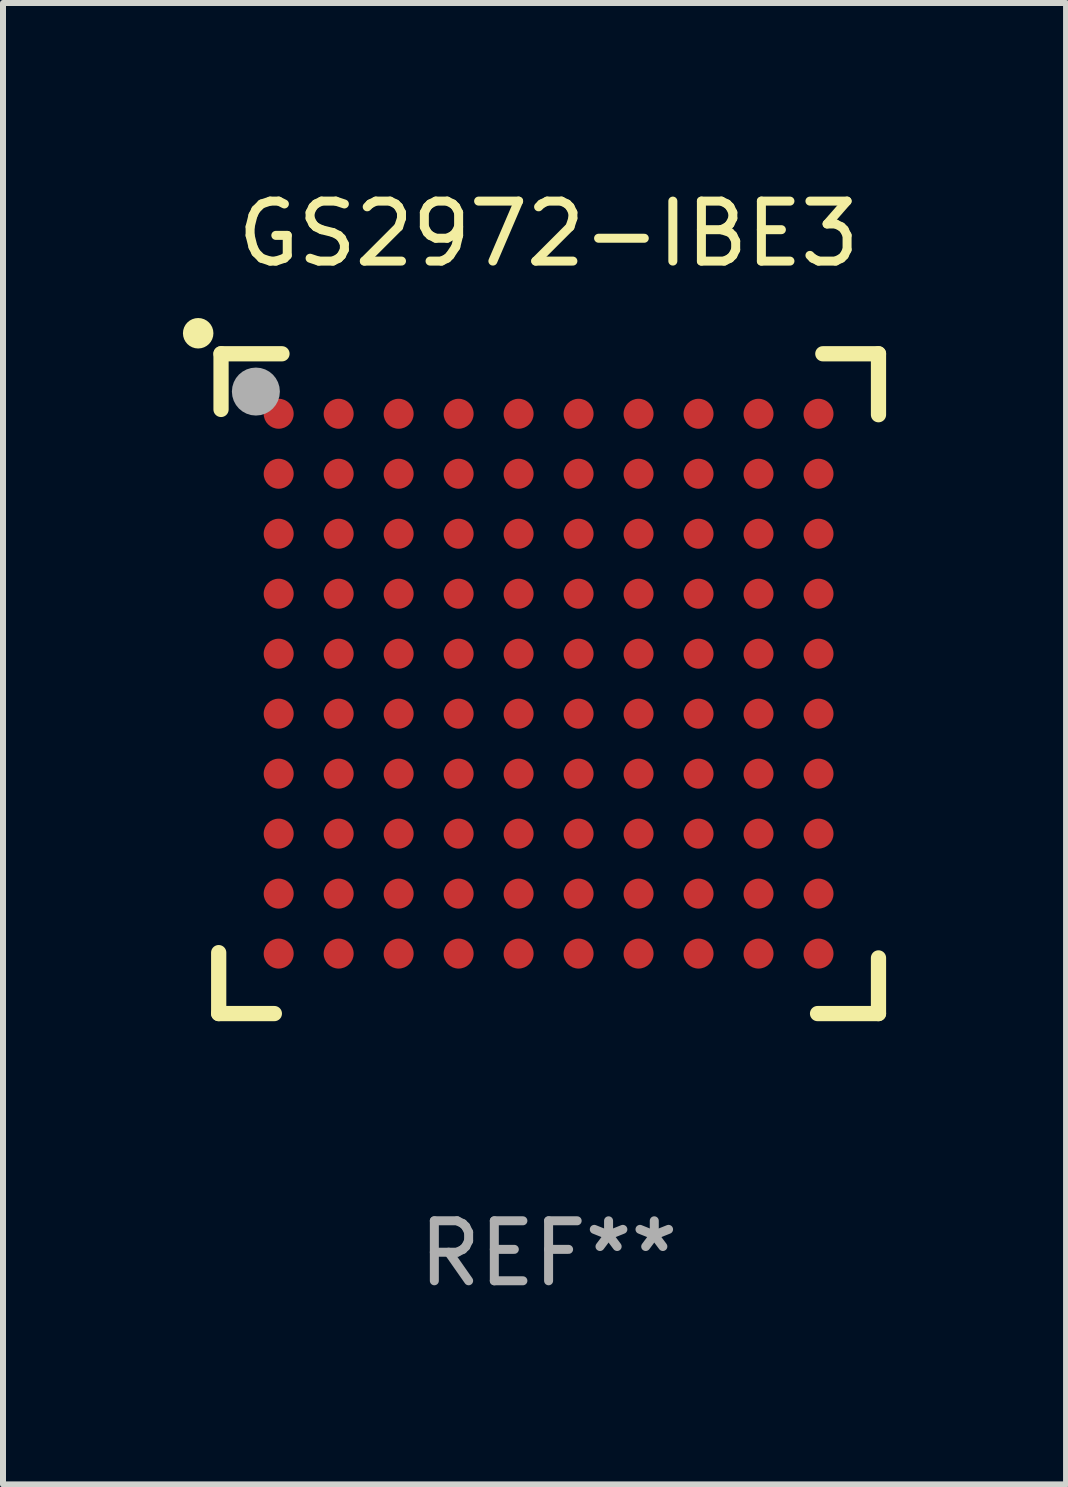
<source format=kicad_pcb>
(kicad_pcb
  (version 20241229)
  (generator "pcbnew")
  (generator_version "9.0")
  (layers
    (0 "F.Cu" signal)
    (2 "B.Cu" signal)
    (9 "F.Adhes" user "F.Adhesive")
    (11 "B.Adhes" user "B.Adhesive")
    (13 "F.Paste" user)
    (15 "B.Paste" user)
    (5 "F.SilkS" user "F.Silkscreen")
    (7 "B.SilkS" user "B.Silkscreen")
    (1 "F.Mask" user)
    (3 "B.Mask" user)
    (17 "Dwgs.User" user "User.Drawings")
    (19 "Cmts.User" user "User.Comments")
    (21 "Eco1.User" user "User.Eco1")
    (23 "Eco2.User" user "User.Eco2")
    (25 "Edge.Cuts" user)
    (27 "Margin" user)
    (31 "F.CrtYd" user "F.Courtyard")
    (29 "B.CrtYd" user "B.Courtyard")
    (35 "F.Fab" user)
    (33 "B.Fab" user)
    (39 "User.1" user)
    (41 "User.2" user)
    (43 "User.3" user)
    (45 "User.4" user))
  (footprint "GS2972-IBE3"
    (layer "F.Cu")
    (at 6.096 8.348)
    (property "Reference" "GS2972-IBE3" (at 0 -7.5 0) (layer "F.SilkS") (effects (font (size 1 1) (thickness 0.15))))
    (attr through_hole)
    (fp_line (start -5.5 5.5) (end -5.5 4.484) (stroke (width 0.254) (type solid)) (layer "F.SilkS"))
    (fp_line (start -5.461 -5.5) (end -4.445 -5.5) (stroke (width 0.254) (type solid)) (layer "F.SilkS"))
    (fp_line (start -5.461 -4.572) (end -5.461 -5.5) (stroke (width 0.254) (type solid)) (layer "F.SilkS"))
    (fp_line (start -4.572 5.5) (end -5.5 5.5) (stroke (width 0.254) (type solid)) (layer "F.SilkS"))
    (fp_line (start 4.572 -5.5) (end 5.5 -5.5) (stroke (width 0.254) (type solid)) (layer "F.SilkS"))
    (fp_line (start 5.5 -5.5) (end 5.5 -4.484) (stroke (width 0.254) (type solid)) (layer "F.SilkS"))
    (fp_line (start 5.5 4.572) (end 5.5 5.5) (stroke (width 0.254) (type solid)) (layer "F.SilkS"))
    (fp_line (start 5.5 5.5) (end 4.484 5.5) (stroke (width 0.254) (type solid)) (layer "F.SilkS"))
    (fp_circle (center -5.842 -5.842) (end -5.715 -5.842) (stroke (width 0.254) (type solid)) (fill no) (layer "F.SilkS"))
    (fp_circle (center -5.5 -5.5) (end -5.47 -5.5) (stroke (width 0.06) (type solid)) (fill no) (layer "F.SilkS"))
    (fp_circle (center -4.88 -4.87) (end -4.68 -4.87) (stroke (width 0.4) (type solid)) (fill no) (layer "F.Fab"))
    (fp_text user "REF**" (at 0 9.5 0) (layer "F.Fab") (effects (font (size 1 1) (thickness 0.15))))
    (pad "A1" smd circle (at -4.5 -4.5) (size 0.5 0.5) (layers "F.Cu" "F.Mask" "F.Paste"))
    (pad "A2" smd circle (at -3.5 -4.5) (size 0.5 0.5) (layers "F.Cu" "F.Mask" "F.Paste"))
    (pad "A3" smd circle (at -2.5 -4.5) (size 0.5 0.5) (layers "F.Cu" "F.Mask" "F.Paste"))
    (pad "A4" smd circle (at -1.5 -4.5) (size 0.5 0.5) (layers "F.Cu" "F.Mask" "F.Paste"))
    (pad "A5" smd circle (at -0.5 -4.5) (size 0.5 0.5) (layers "F.Cu" "F.Mask" "F.Paste"))
    (pad "A6" smd circle (at 0.5 -4.5) (size 0.5 0.5) (layers "F.Cu" "F.Mask" "F.Paste"))
    (pad "A7" smd circle (at 1.5 -4.5) (size 0.5 0.5) (layers "F.Cu" "F.Mask" "F.Paste"))
    (pad "A8" smd circle (at 2.5 -4.5) (size 0.5 0.5) (layers "F.Cu" "F.Mask" "F.Paste"))
    (pad "A9" smd circle (at 3.5 -4.5) (size 0.5 0.5) (layers "F.Cu" "F.Mask" "F.Paste"))
    (pad "A10" smd circle (at 4.5 -4.5) (size 0.5 0.5) (layers "F.Cu" "F.Mask" "F.Paste"))
    (pad "B1" smd circle (at -4.5 -3.5) (size 0.5 0.5) (layers "F.Cu" "F.Mask" "F.Paste"))
    (pad "B2" smd circle (at -3.5 -3.5) (size 0.5 0.5) (layers "F.Cu" "F.Mask" "F.Paste"))
    (pad "B3" smd circle (at -2.5 -3.5) (size 0.5 0.5) (layers "F.Cu" "F.Mask" "F.Paste"))
    (pad "B4" smd circle (at -1.5 -3.5) (size 0.5 0.5) (layers "F.Cu" "F.Mask" "F.Paste"))
    (pad "B5" smd circle (at -0.5 -3.5) (size 0.5 0.5) (layers "F.Cu" "F.Mask" "F.Paste"))
    (pad "B6" smd circle (at 0.5 -3.5) (size 0.5 0.5) (layers "F.Cu" "F.Mask" "F.Paste"))
    (pad "B7" smd circle (at 1.5 -3.5) (size 0.5 0.5) (layers "F.Cu" "F.Mask" "F.Paste"))
    (pad "B8" smd circle (at 2.5 -3.5) (size 0.5 0.5) (layers "F.Cu" "F.Mask" "F.Paste"))
    (pad "B9" smd circle (at 3.5 -3.5) (size 0.5 0.5) (layers "F.Cu" "F.Mask" "F.Paste"))
    (pad "B10" smd circle (at 4.5 -3.5) (size 0.5 0.5) (layers "F.Cu" "F.Mask" "F.Paste"))
    (pad "C1" smd circle (at -4.5 -2.5) (size 0.5 0.5) (layers "F.Cu" "F.Mask" "F.Paste"))
    (pad "C2" smd circle (at -3.5 -2.5) (size 0.5 0.5) (layers "F.Cu" "F.Mask" "F.Paste"))
    (pad "C3" smd circle (at -2.5 -2.5) (size 0.5 0.5) (layers "F.Cu" "F.Mask" "F.Paste"))
    (pad "C4" smd circle (at -1.5 -2.5) (size 0.5 0.5) (layers "F.Cu" "F.Mask" "F.Paste"))
    (pad "C5" smd circle (at -0.5 -2.5) (size 0.5 0.5) (layers "F.Cu" "F.Mask" "F.Paste"))
    (pad "C6" smd circle (at 0.5 -2.5) (size 0.5 0.5) (layers "F.Cu" "F.Mask" "F.Paste"))
    (pad "C7" smd circle (at 1.5 -2.5) (size 0.5 0.5) (layers "F.Cu" "F.Mask" "F.Paste"))
    (pad "C8" smd circle (at 2.5 -2.5) (size 0.5 0.5) (layers "F.Cu" "F.Mask" "F.Paste"))
    (pad "C9" smd circle (at 3.5 -2.5) (size 0.5 0.5) (layers "F.Cu" "F.Mask" "F.Paste"))
    (pad "C10" smd circle (at 4.5 -2.5) (size 0.5 0.5) (layers "F.Cu" "F.Mask" "F.Paste"))
    (pad "D1" smd circle (at -4.5 -1.5) (size 0.5 0.5) (layers "F.Cu" "F.Mask" "F.Paste"))
    (pad "D2" smd circle (at -3.5 -1.5) (size 0.5 0.5) (layers "F.Cu" "F.Mask" "F.Paste"))
    (pad "D3" smd circle (at -2.5 -1.5) (size 0.5 0.5) (layers "F.Cu" "F.Mask" "F.Paste"))
    (pad "D4" smd circle (at -1.5 -1.5) (size 0.5 0.5) (layers "F.Cu" "F.Mask" "F.Paste"))
    (pad "D5" smd circle (at -0.5 -1.5) (size 0.5 0.5) (layers "F.Cu" "F.Mask" "F.Paste"))
    (pad "D6" smd circle (at 0.5 -1.5) (size 0.5 0.5) (layers "F.Cu" "F.Mask" "F.Paste"))
    (pad "D7" smd circle (at 1.5 -1.5) (size 0.5 0.5) (layers "F.Cu" "F.Mask" "F.Paste"))
    (pad "D8" smd circle (at 2.5 -1.5) (size 0.5 0.5) (layers "F.Cu" "F.Mask" "F.Paste"))
    (pad "D9" smd circle (at 3.5 -1.5) (size 0.5 0.5) (layers "F.Cu" "F.Mask" "F.Paste"))
    (pad "D10" smd circle (at 4.5 -1.5) (size 0.5 0.5) (layers "F.Cu" "F.Mask" "F.Paste"))
    (pad "E1" smd circle (at -4.5 -0.5) (size 0.5 0.5) (layers "F.Cu" "F.Mask" "F.Paste"))
    (pad "E2" smd circle (at -3.5 -0.5) (size 0.5 0.5) (layers "F.Cu" "F.Mask" "F.Paste"))
    (pad "E3" smd circle (at -2.5 -0.5) (size 0.5 0.5) (layers "F.Cu" "F.Mask" "F.Paste"))
    (pad "E4" smd circle (at -1.5 -0.5) (size 0.5 0.5) (layers "F.Cu" "F.Mask" "F.Paste"))
    (pad "E5" smd circle (at -0.5 -0.5) (size 0.5 0.5) (layers "F.Cu" "F.Mask" "F.Paste"))
    (pad "E6" smd circle (at 0.5 -0.5) (size 0.5 0.5) (layers "F.Cu" "F.Mask" "F.Paste"))
    (pad "E7" smd circle (at 1.5 -0.5) (size 0.5 0.5) (layers "F.Cu" "F.Mask" "F.Paste"))
    (pad "E8" smd circle (at 2.5 -0.5) (size 0.5 0.5) (layers "F.Cu" "F.Mask" "F.Paste"))
    (pad "E9" smd circle (at 3.5 -0.5) (size 0.5 0.5) (layers "F.Cu" "F.Mask" "F.Paste"))
    (pad "E10" smd circle (at 4.5 -0.5) (size 0.5 0.5) (layers "F.Cu" "F.Mask" "F.Paste"))
    (pad "F1" smd circle (at -4.5 0.5) (size 0.5 0.5) (layers "F.Cu" "F.Mask" "F.Paste"))
    (pad "F2" smd circle (at -3.5 0.5) (size 0.5 0.5) (layers "F.Cu" "F.Mask" "F.Paste"))
    (pad "F3" smd circle (at -2.5 0.5) (size 0.5 0.5) (layers "F.Cu" "F.Mask" "F.Paste"))
    (pad "F4" smd circle (at -1.5 0.5) (size 0.5 0.5) (layers "F.Cu" "F.Mask" "F.Paste"))
    (pad "F5" smd circle (at -0.5 0.5) (size 0.5 0.5) (layers "F.Cu" "F.Mask" "F.Paste"))
    (pad "F6" smd circle (at 0.5 0.5) (size 0.5 0.5) (layers "F.Cu" "F.Mask" "F.Paste"))
    (pad "F7" smd circle (at 1.5 0.5) (size 0.5 0.5) (layers "F.Cu" "F.Mask" "F.Paste"))
    (pad "F8" smd circle (at 2.5 0.5) (size 0.5 0.5) (layers "F.Cu" "F.Mask" "F.Paste"))
    (pad "F9" smd circle (at 3.5 0.5) (size 0.5 0.5) (layers "F.Cu" "F.Mask" "F.Paste"))
    (pad "F10" smd circle (at 4.5 0.5) (size 0.5 0.5) (layers "F.Cu" "F.Mask" "F.Paste"))
    (pad "G1" smd circle (at -4.5 1.5) (size 0.5 0.5) (layers "F.Cu" "F.Mask" "F.Paste"))
    (pad "G2" smd circle (at -3.5 1.5) (size 0.5 0.5) (layers "F.Cu" "F.Mask" "F.Paste"))
    (pad "G3" smd circle (at -2.5 1.5) (size 0.5 0.5) (layers "F.Cu" "F.Mask" "F.Paste"))
    (pad "G4" smd circle (at -1.5 1.5) (size 0.5 0.5) (layers "F.Cu" "F.Mask" "F.Paste"))
    (pad "G5" smd circle (at -0.5 1.5) (size 0.5 0.5) (layers "F.Cu" "F.Mask" "F.Paste"))
    (pad "G6" smd circle (at 0.5 1.5) (size 0.5 0.5) (layers "F.Cu" "F.Mask" "F.Paste"))
    (pad "G7" smd circle (at 1.5 1.5) (size 0.5 0.5) (layers "F.Cu" "F.Mask" "F.Paste"))
    (pad "G8" smd circle (at 2.5 1.5) (size 0.5 0.5) (layers "F.Cu" "F.Mask" "F.Paste"))
    (pad "G9" smd circle (at 3.5 1.5) (size 0.5 0.5) (layers "F.Cu" "F.Mask" "F.Paste"))
    (pad "G10" smd circle (at 4.5 1.5) (size 0.5 0.5) (layers "F.Cu" "F.Mask" "F.Paste"))
    (pad "H1" smd circle (at -4.5 2.5) (size 0.5 0.5) (layers "F.Cu" "F.Mask" "F.Paste"))
    (pad "H2" smd circle (at -3.5 2.5) (size 0.5 0.5) (layers "F.Cu" "F.Mask" "F.Paste"))
    (pad "H3" smd circle (at -2.5 2.5) (size 0.5 0.5) (layers "F.Cu" "F.Mask" "F.Paste"))
    (pad "H4" smd circle (at -1.5 2.5) (size 0.5 0.5) (layers "F.Cu" "F.Mask" "F.Paste"))
    (pad "H5" smd circle (at -0.5 2.5) (size 0.5 0.5) (layers "F.Cu" "F.Mask" "F.Paste"))
    (pad "H6" smd circle (at 0.5 2.5) (size 0.5 0.5) (layers "F.Cu" "F.Mask" "F.Paste"))
    (pad "H7" smd circle (at 1.5 2.5) (size 0.5 0.5) (layers "F.Cu" "F.Mask" "F.Paste"))
    (pad "H8" smd circle (at 2.5 2.5) (size 0.5 0.5) (layers "F.Cu" "F.Mask" "F.Paste"))
    (pad "H9" smd circle (at 3.5 2.5) (size 0.5 0.5) (layers "F.Cu" "F.Mask" "F.Paste"))
    (pad "H10" smd circle (at 4.5 2.5) (size 0.5 0.5) (layers "F.Cu" "F.Mask" "F.Paste"))
    (pad "J1" smd circle (at -4.5 3.5) (size 0.5 0.5) (layers "F.Cu" "F.Mask" "F.Paste"))
    (pad "J2" smd circle (at -3.5 3.5) (size 0.5 0.5) (layers "F.Cu" "F.Mask" "F.Paste"))
    (pad "J3" smd circle (at -2.5 3.5) (size 0.5 0.5) (layers "F.Cu" "F.Mask" "F.Paste"))
    (pad "J4" smd circle (at -1.5 3.5) (size 0.5 0.5) (layers "F.Cu" "F.Mask" "F.Paste"))
    (pad "J5" smd circle (at -0.5 3.5) (size 0.5 0.5) (layers "F.Cu" "F.Mask" "F.Paste"))
    (pad "J6" smd circle (at 0.5 3.5) (size 0.5 0.5) (layers "F.Cu" "F.Mask" "F.Paste"))
    (pad "J7" smd circle (at 1.5 3.5) (size 0.5 0.5) (layers "F.Cu" "F.Mask" "F.Paste"))
    (pad "J8" smd circle (at 2.5 3.5) (size 0.5 0.5) (layers "F.Cu" "F.Mask" "F.Paste"))
    (pad "J9" smd circle (at 3.5 3.5) (size 0.5 0.5) (layers "F.Cu" "F.Mask" "F.Paste"))
    (pad "J10" smd circle (at 4.5 3.5) (size 0.5 0.5) (layers "F.Cu" "F.Mask" "F.Paste"))
    (pad "K1" smd circle (at -4.5 4.5) (size 0.5 0.5) (layers "F.Cu" "F.Mask" "F.Paste"))
    (pad "K2" smd circle (at -3.5 4.5) (size 0.5 0.5) (layers "F.Cu" "F.Mask" "F.Paste"))
    (pad "K3" smd circle (at -2.5 4.5) (size 0.5 0.5) (layers "F.Cu" "F.Mask" "F.Paste"))
    (pad "K4" smd circle (at -1.5 4.5) (size 0.5 0.5) (layers "F.Cu" "F.Mask" "F.Paste"))
    (pad "K5" smd circle (at -0.5 4.5) (size 0.5 0.5) (layers "F.Cu" "F.Mask" "F.Paste"))
    (pad "K6" smd circle (at 0.5 4.5) (size 0.5 0.5) (layers "F.Cu" "F.Mask" "F.Paste"))
    (pad "K7" smd circle (at 1.5 4.5) (size 0.5 0.5) (layers "F.Cu" "F.Mask" "F.Paste"))
    (pad "K8" smd circle (at 2.5 4.5) (size 0.5 0.5) (layers "F.Cu" "F.Mask" "F.Paste"))
    (pad "K9" smd circle (at 3.5 4.5) (size 0.5 0.5) (layers "F.Cu" "F.Mask" "F.Paste"))
    (pad "K10" smd circle (at 4.5 4.5) (size 0.5 0.5) (layers "F.Cu" "F.Mask" "F.Paste")))
  (gr_rect
    (start -3 -3)
    (end 14.723 21.697)
    (stroke (width 0.1) (type default))
    (fill no)
    (layer "Edge.Cuts")))
</source>
